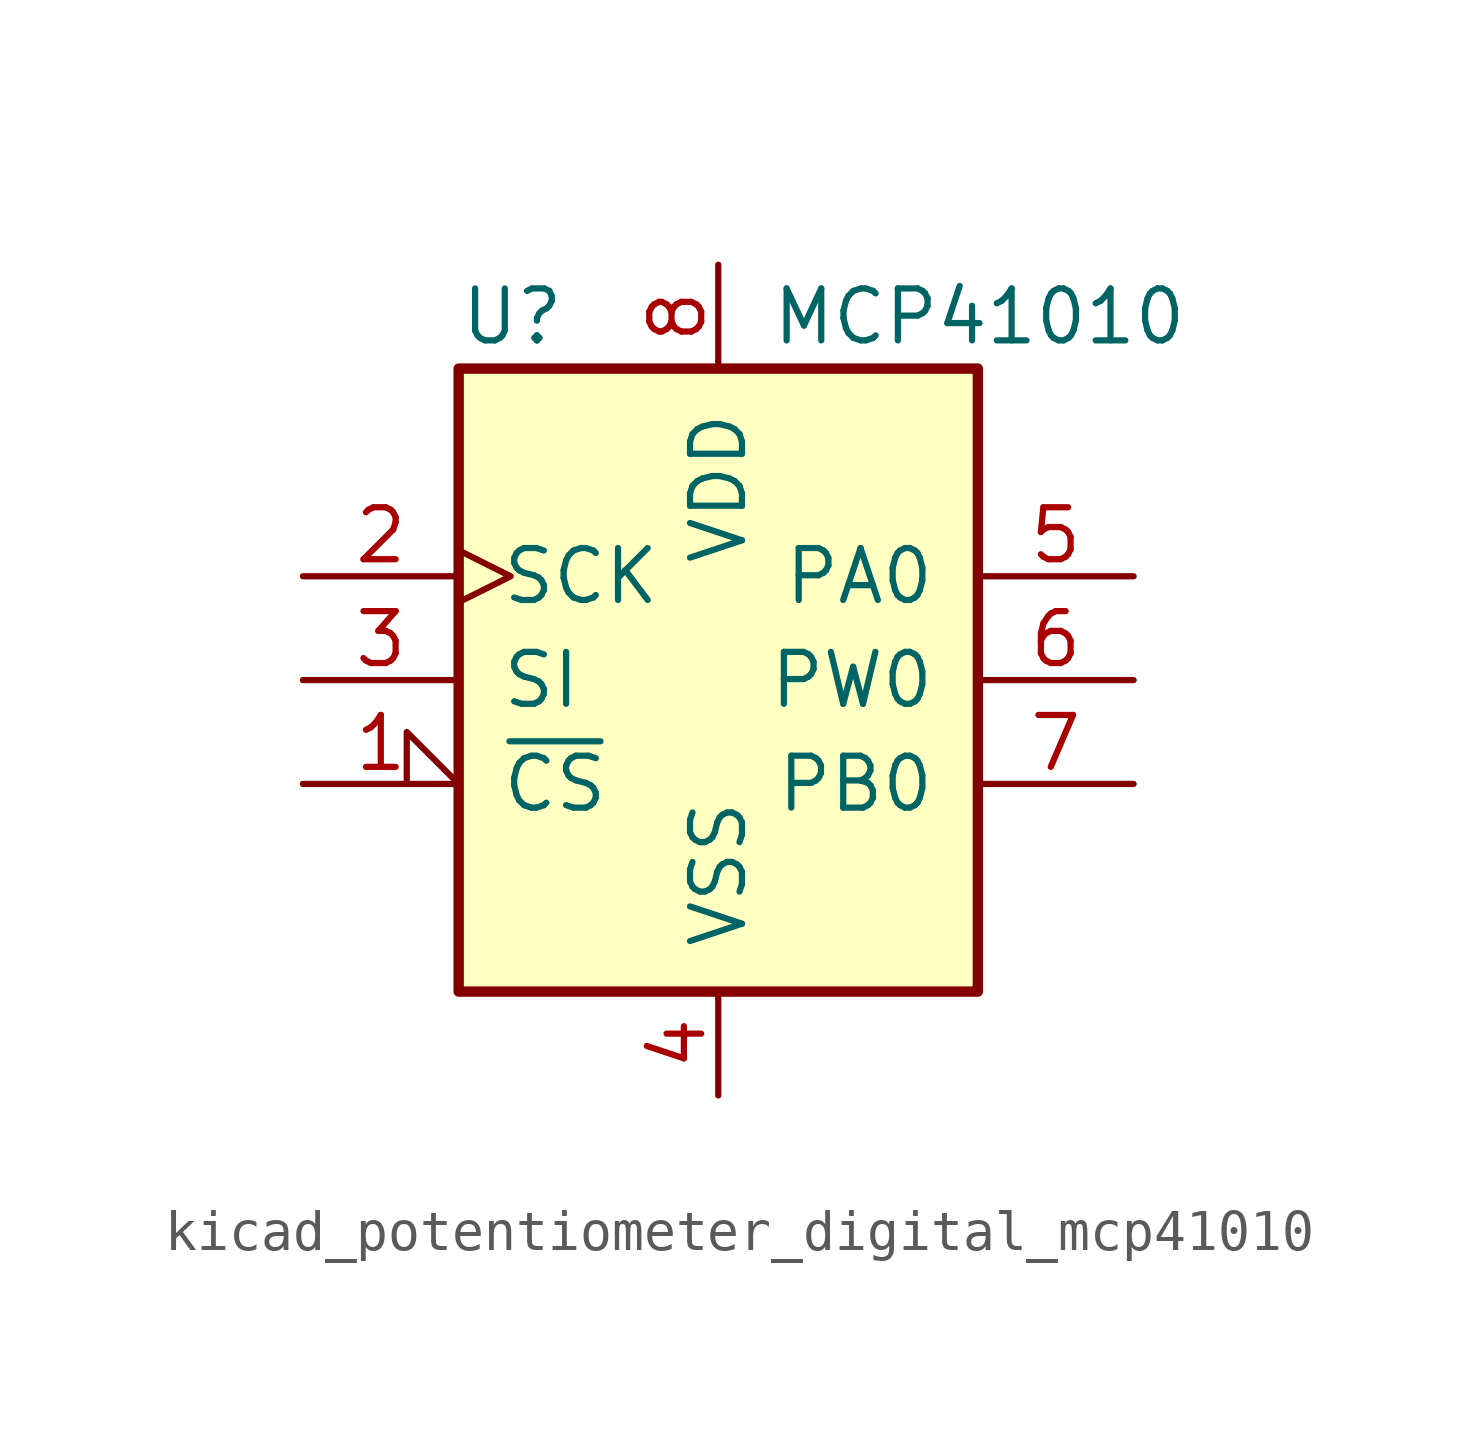
<source format=kicad_sym>
(kicad_symbol_lib
  (version 20220914)
  (generator kicad_symbol_editor)
  (symbol "kicad_potentiometer_digital_mcp41010"
    (pin_names
      (offset 1.016))
    (property "Reference" "U"
      (at -6.35 8.89 0)
      (effects (font (size 1.27 1.27)) (justify left)))
    (property "Value" "MCP41010"
      (at 1.27 8.89 0)
      (effects (font (size 1.27 1.27)) (justify left)))
    (symbol "kicad_potentiometer_digital_mcp41010_0_1"
      (rectangle (start -6.35 7.62) (end 6.35 -7.62) (stroke (width 0.254) (type default)) (fill (type background))))
    (symbol "kicad_potentiometer_digital_mcp41010_1_1"
      (pin input input_low (at -10.16 -2.54 0) (length 3.81) (name "~{CS}" (effects (font (size 1.27 1.27)))) (number "1" (effects (font (size 1.27 1.27)))))
      (pin passive clock (at -10.16 2.54 0) (length 3.81) (name "SCK" (effects (font (size 1.27 1.27)))) (number "2" (effects (font (size 1.27 1.27)))))
      (pin input line (at -10.16 0 0) (length 3.81) (name "SI" (effects (font (size 1.27 1.27)))) (number "3" (effects (font (size 1.27 1.27)))))
      (pin power_in line (at 0 -10.16 90) (length 2.54) (name "VSS" (effects (font (size 1.27 1.27)))) (number "4" (effects (font (size 1.27 1.27)))))
      (pin passive line (at 10.16 2.54 180) (length 3.81) (name "PA0" (effects (font (size 1.27 1.27)))) (number "5" (effects (font (size 1.27 1.27)))))
      (pin passive line (at 10.16 0 180) (length 3.81) (name "PW0" (effects (font (size 1.27 1.27)))) (number "6" (effects (font (size 1.27 1.27)))))
      (pin passive line (at 10.16 -2.54 180) (length 3.81) (name "PB0" (effects (font (size 1.27 1.27)))) (number "7" (effects (font (size 1.27 1.27)))))
      (pin power_in line (at 0 10.16 270) (length 2.54) (name "VDD" (effects (font (size 1.27 1.27)))) (number "8" (effects (font (size 1.27 1.27))))))))
</source>
